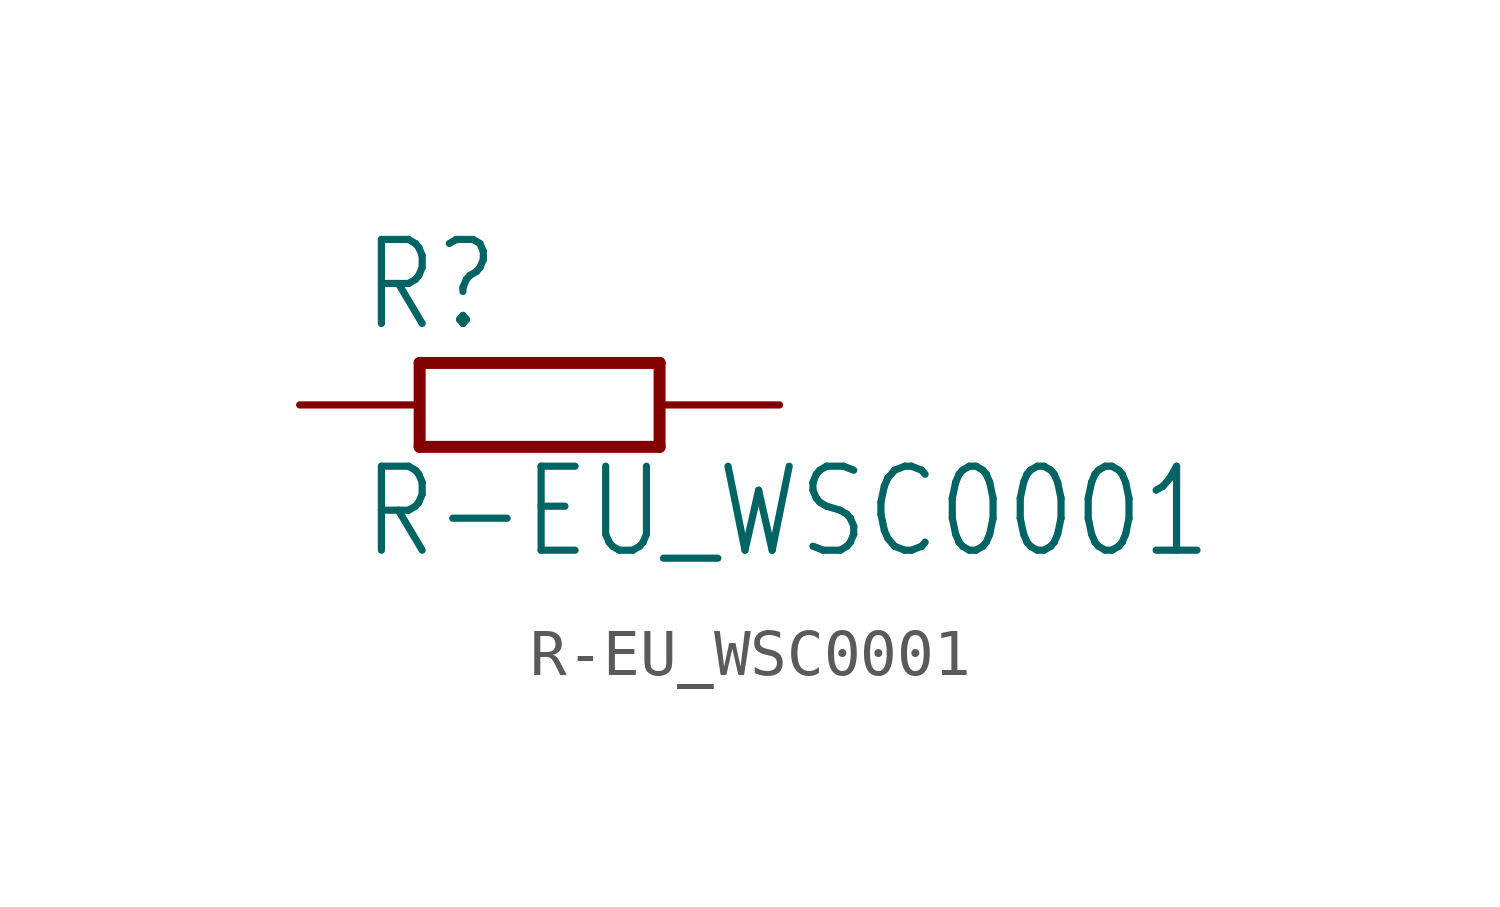
<source format=kicad_sym>
(kicad_symbol_lib
  (version 20210619)
  (generator kicad_symbol_editor)
  (symbol "R-EU_WSC0001"
    (property "Reference" "R"
      (at -3.81 1.499 0)
      (effects (font (size 1.778 1.511)) (justify left bottom)))
    (property "Value" "R-EU_WSC0001"
      (at -3.81 -3.302 0)
      (effects (font (size 1.778 1.511)) (justify left bottom)))
    (property "ki_locked" ""
      (at 0 0 0)
      (effects (font (size 1.27 1.27))))
    (symbol "R-EU_WSC0001_1_0"
      (polyline (pts (xy -2.54 -0.889) (xy -2.54 0.889)) (stroke (width 0.254)) (fill (type none)))
      (polyline (pts (xy -2.54 -0.889) (xy 2.54 -0.889)) (stroke (width 0.254)) (fill (type none)))
      (polyline (pts (xy 2.54 -0.889) (xy 2.54 0.889)) (stroke (width 0.254)) (fill (type none)))
      (polyline (pts (xy 2.54 0.889) (xy -2.54 0.889)) (stroke (width 0.254)) (fill (type none)))
      (pin passive line (at -5.08 0 0) (length 2.54) (name "1" (effects (font (size 0 0)))) (number "1" (effects (font (size 0 0)))))
      (pin passive line (at 5.08 0 180) (length 2.54) (name "2" (effects (font (size 0 0)))) (number "2" (effects (font (size 0 0))))))))
</source>
